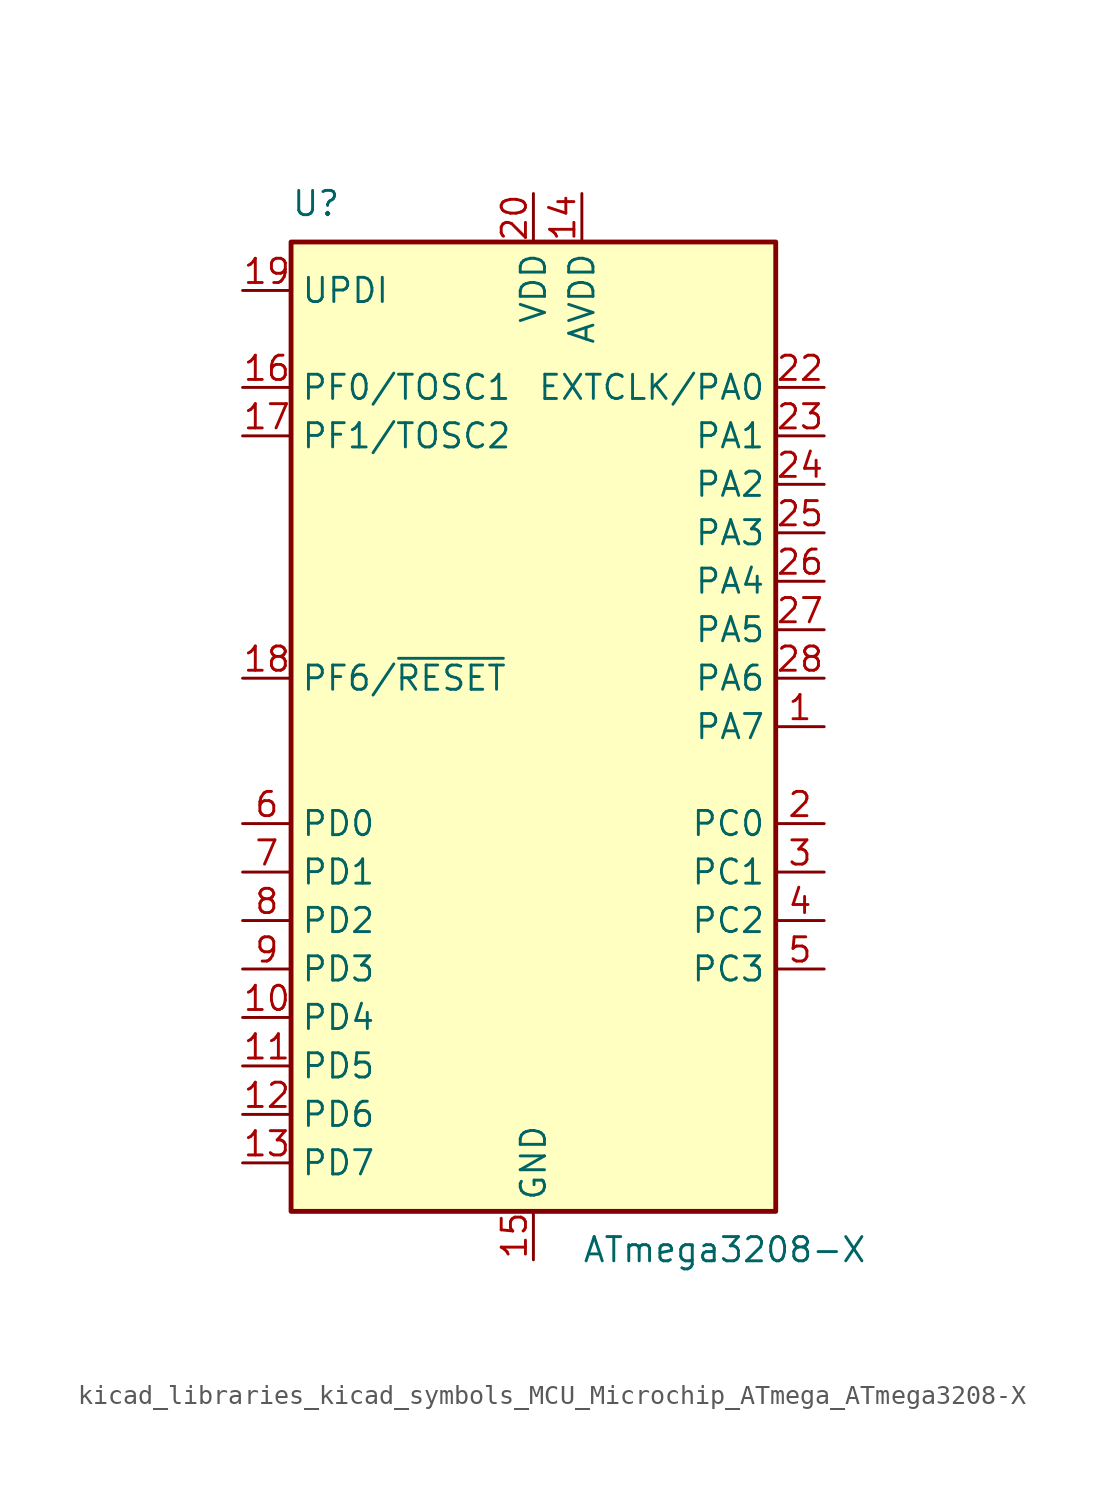
<source format=kicad_sym>
(kicad_symbol_lib
  (version 20220914)
  (generator kicad_symbol_editor)
  (symbol "kicad_libraries_kicad_symbols_MCU_Microchip_ATmega_ATmega3208-X"
    (property "Reference" "U"
      (at -12.7 26.67 0)
      (effects (font (size 1.27 1.27)) (justify left bottom)))
    (property "Value" "ATmega3208-X"
      (at 2.54 -26.67 0)
      (effects (font (size 1.27 1.27)) (justify left top)))
    (symbol "kicad_libraries_kicad_symbols_MCU_Microchip_ATmega_ATmega3208-X_0_1"
      (rectangle (start -12.7 -25.4) (end 12.7 25.4) (stroke (width 0.254) (type default)) (fill (type background))))
    (symbol "kicad_libraries_kicad_symbols_MCU_Microchip_ATmega_ATmega3208-X_1_1"
      (pin bidirectional line (at 15.24 0 180) (length 2.54) (name "PA7" (effects (font (size 1.27 1.27)))) (number "1" (effects (font (size 1.27 1.27)))))
      (pin bidirectional line (at -15.24 -15.24 0) (length 2.54) (name "PD4" (effects (font (size 1.27 1.27)))) (number "10" (effects (font (size 1.27 1.27)))))
      (pin bidirectional line (at -15.24 -17.78 0) (length 2.54) (name "PD5" (effects (font (size 1.27 1.27)))) (number "11" (effects (font (size 1.27 1.27)))))
      (pin bidirectional line (at -15.24 -20.32 0) (length 2.54) (name "PD6" (effects (font (size 1.27 1.27)))) (number "12" (effects (font (size 1.27 1.27)))))
      (pin bidirectional line (at -15.24 -22.86 0) (length 2.54) (name "PD7" (effects (font (size 1.27 1.27)))) (number "13" (effects (font (size 1.27 1.27)))))
      (pin power_in line (at 2.54 27.94 270) (length 2.54) (name "AVDD" (effects (font (size 1.27 1.27)))) (number "14" (effects (font (size 1.27 1.27)))))
      (pin power_in line (at 0 -27.94 90) (length 2.54) (name "GND" (effects (font (size 1.27 1.27)))) (number "15" (effects (font (size 1.27 1.27)))))
      (pin bidirectional line (at -15.24 17.78 0) (length 2.54) (name "PF0/TOSC1" (effects (font (size 1.27 1.27)))) (number "16" (effects (font (size 1.27 1.27)))))
      (pin bidirectional line (at -15.24 15.24 0) (length 2.54) (name "PF1/TOSC2" (effects (font (size 1.27 1.27)))) (number "17" (effects (font (size 1.27 1.27)))))
      (pin bidirectional line (at -15.24 2.54 0) (length 2.54) (name "PF6/~{RESET}" (effects (font (size 1.27 1.27)))) (number "18" (effects (font (size 1.27 1.27)))))
      (pin bidirectional line (at -15.24 22.86 0) (length 2.54) (name "UPDI" (effects (font (size 1.27 1.27)))) (number "19" (effects (font (size 1.27 1.27)))))
      (pin bidirectional line (at 15.24 -5.08 180) (length 2.54) (name "PC0" (effects (font (size 1.27 1.27)))) (number "2" (effects (font (size 1.27 1.27)))))
      (pin power_in line (at 0 27.94 270) (length 2.54) (name "VDD" (effects (font (size 1.27 1.27)))) (number "20" (effects (font (size 1.27 1.27)))))
      (pin passive line (at 0 -27.94 90) (length 2.54) hide (name "GND" (effects (font (size 1.27 1.27)))) (number "21" (effects (font (size 1.27 1.27)))))
      (pin bidirectional line (at 15.24 17.78 180) (length 2.54) (name "EXTCLK/PA0" (effects (font (size 1.27 1.27)))) (number "22" (effects (font (size 1.27 1.27)))))
      (pin bidirectional line (at 15.24 15.24 180) (length 2.54) (name "PA1" (effects (font (size 1.27 1.27)))) (number "23" (effects (font (size 1.27 1.27)))))
      (pin bidirectional line (at 15.24 12.7 180) (length 2.54) (name "PA2" (effects (font (size 1.27 1.27)))) (number "24" (effects (font (size 1.27 1.27)))))
      (pin bidirectional line (at 15.24 10.16 180) (length 2.54) (name "PA3" (effects (font (size 1.27 1.27)))) (number "25" (effects (font (size 1.27 1.27)))))
      (pin bidirectional line (at 15.24 7.62 180) (length 2.54) (name "PA4" (effects (font (size 1.27 1.27)))) (number "26" (effects (font (size 1.27 1.27)))))
      (pin bidirectional line (at 15.24 5.08 180) (length 2.54) (name "PA5" (effects (font (size 1.27 1.27)))) (number "27" (effects (font (size 1.27 1.27)))))
      (pin bidirectional line (at 15.24 2.54 180) (length 2.54) (name "PA6" (effects (font (size 1.27 1.27)))) (number "28" (effects (font (size 1.27 1.27)))))
      (pin bidirectional line (at 15.24 -7.62 180) (length 2.54) (name "PC1" (effects (font (size 1.27 1.27)))) (number "3" (effects (font (size 1.27 1.27)))))
      (pin bidirectional line (at 15.24 -10.16 180) (length 2.54) (name "PC2" (effects (font (size 1.27 1.27)))) (number "4" (effects (font (size 1.27 1.27)))))
      (pin bidirectional line (at 15.24 -12.7 180) (length 2.54) (name "PC3" (effects (font (size 1.27 1.27)))) (number "5" (effects (font (size 1.27 1.27)))))
      (pin bidirectional line (at -15.24 -5.08 0) (length 2.54) (name "PD0" (effects (font (size 1.27 1.27)))) (number "6" (effects (font (size 1.27 1.27)))))
      (pin bidirectional line (at -15.24 -7.62 0) (length 2.54) (name "PD1" (effects (font (size 1.27 1.27)))) (number "7" (effects (font (size 1.27 1.27)))))
      (pin bidirectional line (at -15.24 -10.16 0) (length 2.54) (name "PD2" (effects (font (size 1.27 1.27)))) (number "8" (effects (font (size 1.27 1.27)))))
      (pin bidirectional line (at -15.24 -12.7 0) (length 2.54) (name "PD3" (effects (font (size 1.27 1.27)))) (number "9" (effects (font (size 1.27 1.27))))))))
</source>
